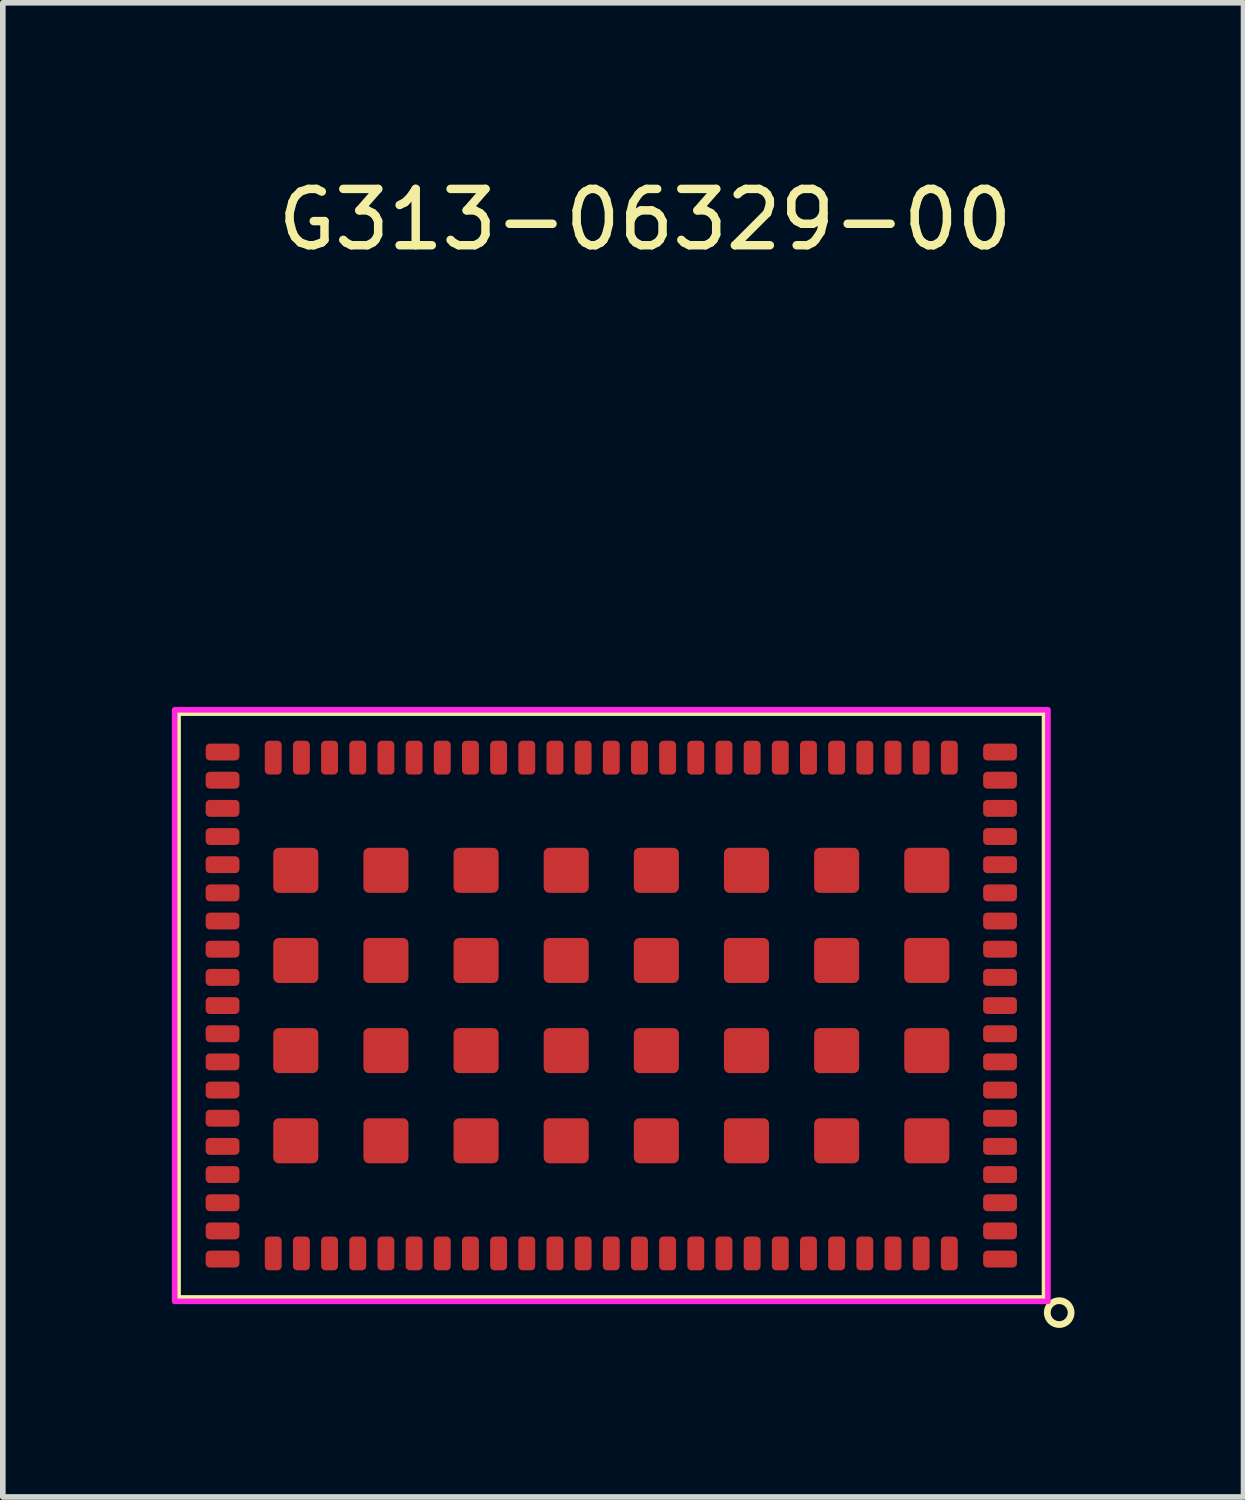
<source format=kicad_pcb>
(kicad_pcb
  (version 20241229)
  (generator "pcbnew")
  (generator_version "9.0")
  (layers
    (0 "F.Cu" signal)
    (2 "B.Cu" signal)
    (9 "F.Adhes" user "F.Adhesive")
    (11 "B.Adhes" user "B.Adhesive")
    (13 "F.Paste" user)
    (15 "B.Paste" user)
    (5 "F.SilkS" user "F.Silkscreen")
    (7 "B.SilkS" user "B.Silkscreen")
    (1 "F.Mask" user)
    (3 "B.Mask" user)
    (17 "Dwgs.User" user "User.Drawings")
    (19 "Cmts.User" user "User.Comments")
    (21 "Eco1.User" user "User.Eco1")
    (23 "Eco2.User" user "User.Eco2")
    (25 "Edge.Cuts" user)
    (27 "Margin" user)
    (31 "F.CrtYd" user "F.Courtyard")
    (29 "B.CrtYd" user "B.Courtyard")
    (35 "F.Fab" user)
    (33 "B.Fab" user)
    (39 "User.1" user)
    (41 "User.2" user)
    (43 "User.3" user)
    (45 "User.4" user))
  (footprint "G313-06329-00"
    (layer "F.Cu")
    (at 7.8 14.798)
    (property "Reference" "G313-06329-00" (at 0.6 -13.95 0) (unlocked yes) (layer "F.SilkS") (effects (font (size 1 1) (thickness 0.15))))
    (attr smd)
    (fp_line (start -7.7 -5.2) (end 7.7 -5.2) (stroke (width 0.12) (type solid)) (layer "F.SilkS"))
    (fp_line (start -7.7 5.2) (end -7.7 -5.2) (stroke (width 0.12) (type solid)) (layer "F.SilkS"))
    (fp_line (start 7.7 -5.2) (end 7.7 5.2) (stroke (width 0.12) (type solid)) (layer "F.SilkS"))
    (fp_line (start 7.7 5.2) (end -7.7 5.2) (stroke (width 0.12) (type solid)) (layer "F.SilkS"))
    (fp_circle (center 7.95 5.45) (end 8.1 5.3) (stroke (width 0.12) (type solid)) (fill no) (layer "F.SilkS"))
    (fp_rect (start -7.75 5.25) (end 7.75 -5.25) (stroke (width 0.1) (type solid)) (fill no) (layer "F.CrtYd"))
    (pad "1" smd roundrect (at 6.9 4.5) (size 0.6 0.3) (layers "F.Cu" "F.Mask" "F.Paste") (roundrect_rratio 0.25))
    (pad "2" smd roundrect (at 6.9 4) (size 0.6 0.3) (layers "F.Cu" "F.Mask" "F.Paste") (roundrect_rratio 0.25))
    (pad "3" smd roundrect (at 6.9 3.5) (size 0.6 0.3) (layers "F.Cu" "F.Mask" "F.Paste") (roundrect_rratio 0.25))
    (pad "4" smd roundrect (at 6.9 3) (size 0.6 0.3) (layers "F.Cu" "F.Mask" "F.Paste") (roundrect_rratio 0.25))
    (pad "5" smd roundrect (at 6.9 2.5) (size 0.6 0.3) (layers "F.Cu" "F.Mask" "F.Paste") (roundrect_rratio 0.25))
    (pad "6" smd roundrect (at 6.9 2) (size 0.6 0.3) (layers "F.Cu" "F.Mask" "F.Paste") (roundrect_rratio 0.25))
    (pad "7" smd roundrect (at 6.9 1.5) (size 0.6 0.3) (layers "F.Cu" "F.Mask" "F.Paste") (roundrect_rratio 0.25))
    (pad "8" smd roundrect (at 6.9 1) (size 0.6 0.3) (layers "F.Cu" "F.Mask" "F.Paste") (roundrect_rratio 0.25))
    (pad "9" smd roundrect (at 6.9 0.5) (size 0.6 0.3) (layers "F.Cu" "F.Mask" "F.Paste") (roundrect_rratio 0.25))
    (pad "10" smd roundrect (at 6.9 0) (size 0.6 0.3) (layers "F.Cu" "F.Mask" "F.Paste") (roundrect_rratio 0.25))
    (pad "11" smd roundrect (at 6.9 -0.5) (size 0.6 0.3) (layers "F.Cu" "F.Mask" "F.Paste") (roundrect_rratio 0.25))
    (pad "12" smd roundrect (at 6.9 -1) (size 0.6 0.3) (layers "F.Cu" "F.Mask" "F.Paste") (roundrect_rratio 0.25))
    (pad "13" smd roundrect (at 6.9 -1.5) (size 0.6 0.3) (layers "F.Cu" "F.Mask" "F.Paste") (roundrect_rratio 0.25))
    (pad "14" smd roundrect (at 6.9 -2) (size 0.6 0.3) (layers "F.Cu" "F.Mask" "F.Paste") (roundrect_rratio 0.25))
    (pad "15" smd roundrect (at 6.9 -2.5) (size 0.6 0.3) (layers "F.Cu" "F.Mask" "F.Paste") (roundrect_rratio 0.25))
    (pad "16" smd roundrect (at 6.9 -3) (size 0.6 0.3) (layers "F.Cu" "F.Mask" "F.Paste") (roundrect_rratio 0.25))
    (pad "17" smd roundrect (at 6.9 -3.5) (size 0.6 0.3) (layers "F.Cu" "F.Mask" "F.Paste") (roundrect_rratio 0.25))
    (pad "18" smd roundrect (at 6.9 -4) (size 0.6 0.3) (layers "F.Cu" "F.Mask" "F.Paste") (roundrect_rratio 0.25))
    (pad "19" smd roundrect (at 6.9 -4.5) (size 0.6 0.3) (layers "F.Cu" "F.Mask" "F.Paste") (roundrect_rratio 0.25))
    (pad "20" smd roundrect (at 6 -4.4 90) (size 0.6 0.3) (layers "F.Cu" "F.Mask" "F.Paste") (roundrect_rratio 0.25))
    (pad "21" smd roundrect (at 5.5 -4.4 90) (size 0.6 0.3) (layers "F.Cu" "F.Mask" "F.Paste") (roundrect_rratio 0.25))
    (pad "22" smd roundrect (at 5 -4.4 90) (size 0.6 0.3) (layers "F.Cu" "F.Mask" "F.Paste") (roundrect_rratio 0.25))
    (pad "23" smd roundrect (at 4.5 -4.4 90) (size 0.6 0.3) (layers "F.Cu" "F.Mask" "F.Paste") (roundrect_rratio 0.25))
    (pad "24" smd roundrect (at 4 -4.4 90) (size 0.6 0.3) (layers "F.Cu" "F.Mask" "F.Paste") (roundrect_rratio 0.25))
    (pad "25" smd roundrect (at 3.5 -4.4 90) (size 0.6 0.3) (layers "F.Cu" "F.Mask" "F.Paste") (roundrect_rratio 0.25))
    (pad "26" smd roundrect (at 3 -4.4 90) (size 0.6 0.3) (layers "F.Cu" "F.Mask" "F.Paste") (roundrect_rratio 0.25))
    (pad "27" smd roundrect (at 2.5 -4.4 90) (size 0.6 0.3) (layers "F.Cu" "F.Mask" "F.Paste") (roundrect_rratio 0.25))
    (pad "28" smd roundrect (at 2 -4.4 90) (size 0.6 0.3) (layers "F.Cu" "F.Mask" "F.Paste") (roundrect_rratio 0.25))
    (pad "29" smd roundrect (at 1.5 -4.4 90) (size 0.6 0.3) (layers "F.Cu" "F.Mask" "F.Paste") (roundrect_rratio 0.25))
    (pad "30" smd roundrect (at 1 -4.4 90) (size 0.6 0.3) (layers "F.Cu" "F.Mask" "F.Paste") (roundrect_rratio 0.25))
    (pad "31" smd roundrect (at 0.5 -4.4 90) (size 0.6 0.3) (layers "F.Cu" "F.Mask" "F.Paste") (roundrect_rratio 0.25))
    (pad "32" smd roundrect (at 0 -4.4 90) (size 0.6 0.3) (layers "F.Cu" "F.Mask" "F.Paste") (roundrect_rratio 0.25))
    (pad "33" smd roundrect (at -0.5 -4.4 90) (size 0.6 0.3) (layers "F.Cu" "F.Mask" "F.Paste") (roundrect_rratio 0.25))
    (pad "34" smd roundrect (at -1 -4.4 90) (size 0.6 0.3) (layers "F.Cu" "F.Mask" "F.Paste") (roundrect_rratio 0.25))
    (pad "35" smd roundrect (at -1.5 -4.4 90) (size 0.6 0.3) (layers "F.Cu" "F.Mask" "F.Paste") (roundrect_rratio 0.25))
    (pad "36" smd roundrect (at -2 -4.4 90) (size 0.6 0.3) (layers "F.Cu" "F.Mask" "F.Paste") (roundrect_rratio 0.25))
    (pad "37" smd roundrect (at -2.5 -4.4 90) (size 0.6 0.3) (layers "F.Cu" "F.Mask" "F.Paste") (roundrect_rratio 0.25))
    (pad "38" smd roundrect (at -3 -4.4 90) (size 0.6 0.3) (layers "F.Cu" "F.Mask" "F.Paste") (roundrect_rratio 0.25))
    (pad "39" smd roundrect (at -3.5 -4.4 90) (size 0.6 0.3) (layers "F.Cu" "F.Mask" "F.Paste") (roundrect_rratio 0.25))
    (pad "40" smd roundrect (at -4 -4.4 90) (size 0.6 0.3) (layers "F.Cu" "F.Mask" "F.Paste") (roundrect_rratio 0.25))
    (pad "41" smd roundrect (at -4.5 -4.4 90) (size 0.6 0.3) (layers "F.Cu" "F.Mask" "F.Paste") (roundrect_rratio 0.25))
    (pad "42" smd roundrect (at -5 -4.4 90) (size 0.6 0.3) (layers "F.Cu" "F.Mask" "F.Paste") (roundrect_rratio 0.25))
    (pad "43" smd roundrect (at -5.5 -4.4 90) (size 0.6 0.3) (layers "F.Cu" "F.Mask" "F.Paste") (roundrect_rratio 0.25))
    (pad "44" smd roundrect (at -6 -4.4 90) (size 0.6 0.3) (layers "F.Cu" "F.Mask" "F.Paste") (roundrect_rratio 0.25))
    (pad "45" smd roundrect (at -6.9 -4.5) (size 0.6 0.3) (layers "F.Cu" "F.Mask" "F.Paste") (roundrect_rratio 0.25))
    (pad "46" smd roundrect (at -6.9 -4) (size 0.6 0.3) (layers "F.Cu" "F.Mask" "F.Paste") (roundrect_rratio 0.25))
    (pad "47" smd roundrect (at -6.9 -3.5) (size 0.6 0.3) (layers "F.Cu" "F.Mask" "F.Paste") (roundrect_rratio 0.25))
    (pad "48" smd roundrect (at -6.9 -3) (size 0.6 0.3) (layers "F.Cu" "F.Mask" "F.Paste") (roundrect_rratio 0.25))
    (pad "49" smd roundrect (at -6.9 -2.5) (size 0.6 0.3) (layers "F.Cu" "F.Mask" "F.Paste") (roundrect_rratio 0.25))
    (pad "50" smd roundrect (at -6.9 -2) (size 0.6 0.3) (layers "F.Cu" "F.Mask" "F.Paste") (roundrect_rratio 0.25))
    (pad "51" smd roundrect (at -6.9 -1.5) (size 0.6 0.3) (layers "F.Cu" "F.Mask" "F.Paste") (roundrect_rratio 0.25))
    (pad "52" smd roundrect (at -6.9 -1) (size 0.6 0.3) (layers "F.Cu" "F.Mask" "F.Paste") (roundrect_rratio 0.25))
    (pad "53" smd roundrect (at -6.9 -0.5) (size 0.6 0.3) (layers "F.Cu" "F.Mask" "F.Paste") (roundrect_rratio 0.25))
    (pad "54" smd roundrect (at -6.9 0) (size 0.6 0.3) (layers "F.Cu" "F.Mask" "F.Paste") (roundrect_rratio 0.25))
    (pad "55" smd roundrect (at -6.9 0.5) (size 0.6 0.3) (layers "F.Cu" "F.Mask" "F.Paste") (roundrect_rratio 0.25))
    (pad "56" smd roundrect (at -6.9 1) (size 0.6 0.3) (layers "F.Cu" "F.Mask" "F.Paste") (roundrect_rratio 0.25))
    (pad "57" smd roundrect (at -6.9 1.5) (size 0.6 0.3) (layers "F.Cu" "F.Mask" "F.Paste") (roundrect_rratio 0.25))
    (pad "58" smd roundrect (at -6.9 2) (size 0.6 0.3) (layers "F.Cu" "F.Mask" "F.Paste") (roundrect_rratio 0.25))
    (pad "59" smd roundrect (at -6.9 2.5) (size 0.6 0.3) (layers "F.Cu" "F.Mask" "F.Paste") (roundrect_rratio 0.25))
    (pad "60" smd roundrect (at -6.9 3) (size 0.6 0.3) (layers "F.Cu" "F.Mask" "F.Paste") (roundrect_rratio 0.25))
    (pad "61" smd roundrect (at -6.9 3.5) (size 0.6 0.3) (layers "F.Cu" "F.Mask" "F.Paste") (roundrect_rratio 0.25))
    (pad "62" smd roundrect (at -6.9 4) (size 0.6 0.3) (layers "F.Cu" "F.Mask" "F.Paste") (roundrect_rratio 0.25))
    (pad "63" smd roundrect (at -6.9 4.5) (size 0.6 0.3) (layers "F.Cu" "F.Mask" "F.Paste") (roundrect_rratio 0.25))
    (pad "64" smd roundrect (at -6 4.4 90) (size 0.6 0.3) (layers "F.Cu" "F.Mask" "F.Paste") (roundrect_rratio 0.25))
    (pad "65" smd roundrect (at -5.5 4.4 90) (size 0.6 0.3) (layers "F.Cu" "F.Mask" "F.Paste") (roundrect_rratio 0.25))
    (pad "66" smd roundrect (at -5 4.4 90) (size 0.6 0.3) (layers "F.Cu" "F.Mask" "F.Paste") (roundrect_rratio 0.25))
    (pad "67" smd roundrect (at -4.5 4.4 90) (size 0.6 0.3) (layers "F.Cu" "F.Mask" "F.Paste") (roundrect_rratio 0.25))
    (pad "68" smd roundrect (at -4 4.4 90) (size 0.6 0.3) (layers "F.Cu" "F.Mask" "F.Paste") (roundrect_rratio 0.25))
    (pad "69" smd roundrect (at -3.5 4.4 90) (size 0.6 0.3) (layers "F.Cu" "F.Mask" "F.Paste") (roundrect_rratio 0.25))
    (pad "70" smd roundrect (at -3 4.4 90) (size 0.6 0.3) (layers "F.Cu" "F.Mask" "F.Paste") (roundrect_rratio 0.25))
    (pad "71" smd roundrect (at -2.5 4.4 90) (size 0.6 0.3) (layers "F.Cu" "F.Mask" "F.Paste") (roundrect_rratio 0.25))
    (pad "72" smd roundrect (at -2 4.4 90) (size 0.6 0.3) (layers "F.Cu" "F.Mask" "F.Paste") (roundrect_rratio 0.25))
    (pad "73" smd roundrect (at -1.5 4.4 90) (size 0.6 0.3) (layers "F.Cu" "F.Mask" "F.Paste") (roundrect_rratio 0.25))
    (pad "74" smd roundrect (at -1 4.4 90) (size 0.6 0.3) (layers "F.Cu" "F.Mask" "F.Paste") (roundrect_rratio 0.25))
    (pad "75" smd roundrect (at -0.5 4.4 90) (size 0.6 0.3) (layers "F.Cu" "F.Mask" "F.Paste") (roundrect_rratio 0.25))
    (pad "76" smd roundrect (at 0 4.4 90) (size 0.6 0.3) (layers "F.Cu" "F.Mask" "F.Paste") (roundrect_rratio 0.25))
    (pad "77" smd roundrect (at 0.5 4.4 90) (size 0.6 0.3) (layers "F.Cu" "F.Mask" "F.Paste") (roundrect_rratio 0.25))
    (pad "78" smd roundrect (at 1 4.4 90) (size 0.6 0.3) (layers "F.Cu" "F.Mask" "F.Paste") (roundrect_rratio 0.25))
    (pad "79" smd roundrect (at 1.5 4.4 90) (size 0.6 0.3) (layers "F.Cu" "F.Mask" "F.Paste") (roundrect_rratio 0.25))
    (pad "80" smd roundrect (at 2 4.4 90) (size 0.6 0.3) (layers "F.Cu" "F.Mask" "F.Paste") (roundrect_rratio 0.25))
    (pad "81" smd roundrect (at 2.5 4.4 90) (size 0.6 0.3) (layers "F.Cu" "F.Mask" "F.Paste") (roundrect_rratio 0.25))
    (pad "82" smd roundrect (at 3 4.4 90) (size 0.6 0.3) (layers "F.Cu" "F.Mask" "F.Paste") (roundrect_rratio 0.25))
    (pad "83" smd roundrect (at 3.5 4.4 90) (size 0.6 0.3) (layers "F.Cu" "F.Mask" "F.Paste") (roundrect_rratio 0.25))
    (pad "84" smd roundrect (at 4 4.4 90) (size 0.6 0.3) (layers "F.Cu" "F.Mask" "F.Paste") (roundrect_rratio 0.25))
    (pad "85" smd roundrect (at 4.5 4.4 90) (size 0.6 0.3) (layers "F.Cu" "F.Mask" "F.Paste") (roundrect_rratio 0.25))
    (pad "86" smd roundrect (at 5 4.4 90) (size 0.6 0.3) (layers "F.Cu" "F.Mask" "F.Paste") (roundrect_rratio 0.25))
    (pad "87" smd roundrect (at 5.5 4.4 90) (size 0.6 0.3) (layers "F.Cu" "F.Mask" "F.Paste") (roundrect_rratio 0.25))
    (pad "88" smd roundrect (at 6 4.4 90) (size 0.6 0.3) (layers "F.Cu" "F.Mask" "F.Paste") (roundrect_rratio 0.25))
    (pad "89" smd roundrect (at 5.6 2.4) (size 0.8 0.8) (layers "F.Cu" "F.Mask" "F.Paste") (roundrect_rratio 0.125))
    (pad "90" smd roundrect (at 5.6 0.8) (size 0.8 0.8) (layers "F.Cu" "F.Mask" "F.Paste") (roundrect_rratio 0.125))
    (pad "91" smd roundrect (at 5.6 -0.8) (size 0.8 0.8) (layers "F.Cu" "F.Mask" "F.Paste") (roundrect_rratio 0.125))
    (pad "92" smd roundrect (at 5.6 -2.4) (size 0.8 0.8) (layers "F.Cu" "F.Mask" "F.Paste") (roundrect_rratio 0.125))
    (pad "93" smd roundrect (at 4 2.4) (size 0.8 0.8) (layers "F.Cu" "F.Mask" "F.Paste") (roundrect_rratio 0.125))
    (pad "94" smd roundrect (at 4 0.8) (size 0.8 0.8) (layers "F.Cu" "F.Mask" "F.Paste") (roundrect_rratio 0.125))
    (pad "95" smd roundrect (at 4 -0.8) (size 0.8 0.8) (layers "F.Cu" "F.Mask" "F.Paste") (roundrect_rratio 0.125))
    (pad "96" smd roundrect (at 4 -2.4) (size 0.8 0.8) (layers "F.Cu" "F.Mask" "F.Paste") (roundrect_rratio 0.125))
    (pad "97" smd roundrect (at 2.4 2.4) (size 0.8 0.8) (layers "F.Cu" "F.Mask" "F.Paste") (roundrect_rratio 0.125))
    (pad "98" smd roundrect (at 2.4 0.8) (size 0.8 0.8) (layers "F.Cu" "F.Mask" "F.Paste") (roundrect_rratio 0.125))
    (pad "99" smd roundrect (at 2.4 -0.8) (size 0.8 0.8) (layers "F.Cu" "F.Mask" "F.Paste") (roundrect_rratio 0.125))
    (pad "100" smd roundrect (at 2.4 -2.4) (size 0.8 0.8) (layers "F.Cu" "F.Mask" "F.Paste") (roundrect_rratio 0.125))
    (pad "101" smd roundrect (at 0.8 2.4) (size 0.8 0.8) (layers "F.Cu" "F.Mask" "F.Paste") (roundrect_rratio 0.125))
    (pad "102" smd roundrect (at 0.8 0.8) (size 0.8 0.8) (layers "F.Cu" "F.Mask" "F.Paste") (roundrect_rratio 0.125))
    (pad "103" smd roundrect (at 0.8 -0.8) (size 0.8 0.8) (layers "F.Cu" "F.Mask" "F.Paste") (roundrect_rratio 0.125))
    (pad "104" smd roundrect (at 0.8 -2.4) (size 0.8 0.8) (layers "F.Cu" "F.Mask" "F.Paste") (roundrect_rratio 0.125))
    (pad "105" smd roundrect (at -0.8 2.4) (size 0.8 0.8) (layers "F.Cu" "F.Mask" "F.Paste") (roundrect_rratio 0.125))
    (pad "106" smd roundrect (at -0.8 0.8) (size 0.8 0.8) (layers "F.Cu" "F.Mask" "F.Paste") (roundrect_rratio 0.125))
    (pad "107" smd roundrect (at -0.8 -0.8) (size 0.8 0.8) (layers "F.Cu" "F.Mask" "F.Paste") (roundrect_rratio 0.125))
    (pad "108" smd roundrect (at -0.8 -2.4) (size 0.8 0.8) (layers "F.Cu" "F.Mask" "F.Paste") (roundrect_rratio 0.125))
    (pad "109" smd roundrect (at -2.4 2.4) (size 0.8 0.8) (layers "F.Cu" "F.Mask" "F.Paste") (roundrect_rratio 0.125))
    (pad "110" smd roundrect (at -2.4 0.8) (size 0.8 0.8) (layers "F.Cu" "F.Mask" "F.Paste") (roundrect_rratio 0.125))
    (pad "111" smd roundrect (at -2.4 -0.8) (size 0.8 0.8) (layers "F.Cu" "F.Mask" "F.Paste") (roundrect_rratio 0.125))
    (pad "112" smd roundrect (at -2.4 -2.4) (size 0.8 0.8) (layers "F.Cu" "F.Mask" "F.Paste") (roundrect_rratio 0.125))
    (pad "113" smd roundrect (at -4 2.4) (size 0.8 0.8) (layers "F.Cu" "F.Mask" "F.Paste") (roundrect_rratio 0.125))
    (pad "114" smd roundrect (at -4 0.8) (size 0.8 0.8) (layers "F.Cu" "F.Mask" "F.Paste") (roundrect_rratio 0.125))
    (pad "115" smd roundrect (at -4 -0.8) (size 0.8 0.8) (layers "F.Cu" "F.Mask" "F.Paste") (roundrect_rratio 0.125))
    (pad "116" smd roundrect (at -4 -2.4) (size 0.8 0.8) (layers "F.Cu" "F.Mask" "F.Paste") (roundrect_rratio 0.125))
    (pad "117" smd roundrect (at -5.6 2.4) (size 0.8 0.8) (layers "F.Cu" "F.Mask" "F.Paste") (roundrect_rratio 0.125))
    (pad "118" smd roundrect (at -5.6 0.8) (size 0.8 0.8) (layers "F.Cu" "F.Mask" "F.Paste") (roundrect_rratio 0.125))
    (pad "119" smd roundrect (at -5.6 -0.8) (size 0.8 0.8) (layers "F.Cu" "F.Mask" "F.Paste") (roundrect_rratio 0.125))
    (pad "120" smd roundrect (at -5.6 -2.4) (size 0.8 0.8) (layers "F.Cu" "F.Mask" "F.Paste") (roundrect_rratio 0.125)))
  (gr_rect
    (start -3 -3)
    (end 19.022 23.52)
    (stroke (width 0.1) (type default))
    (fill no)
    (layer "Edge.Cuts")))
</source>
